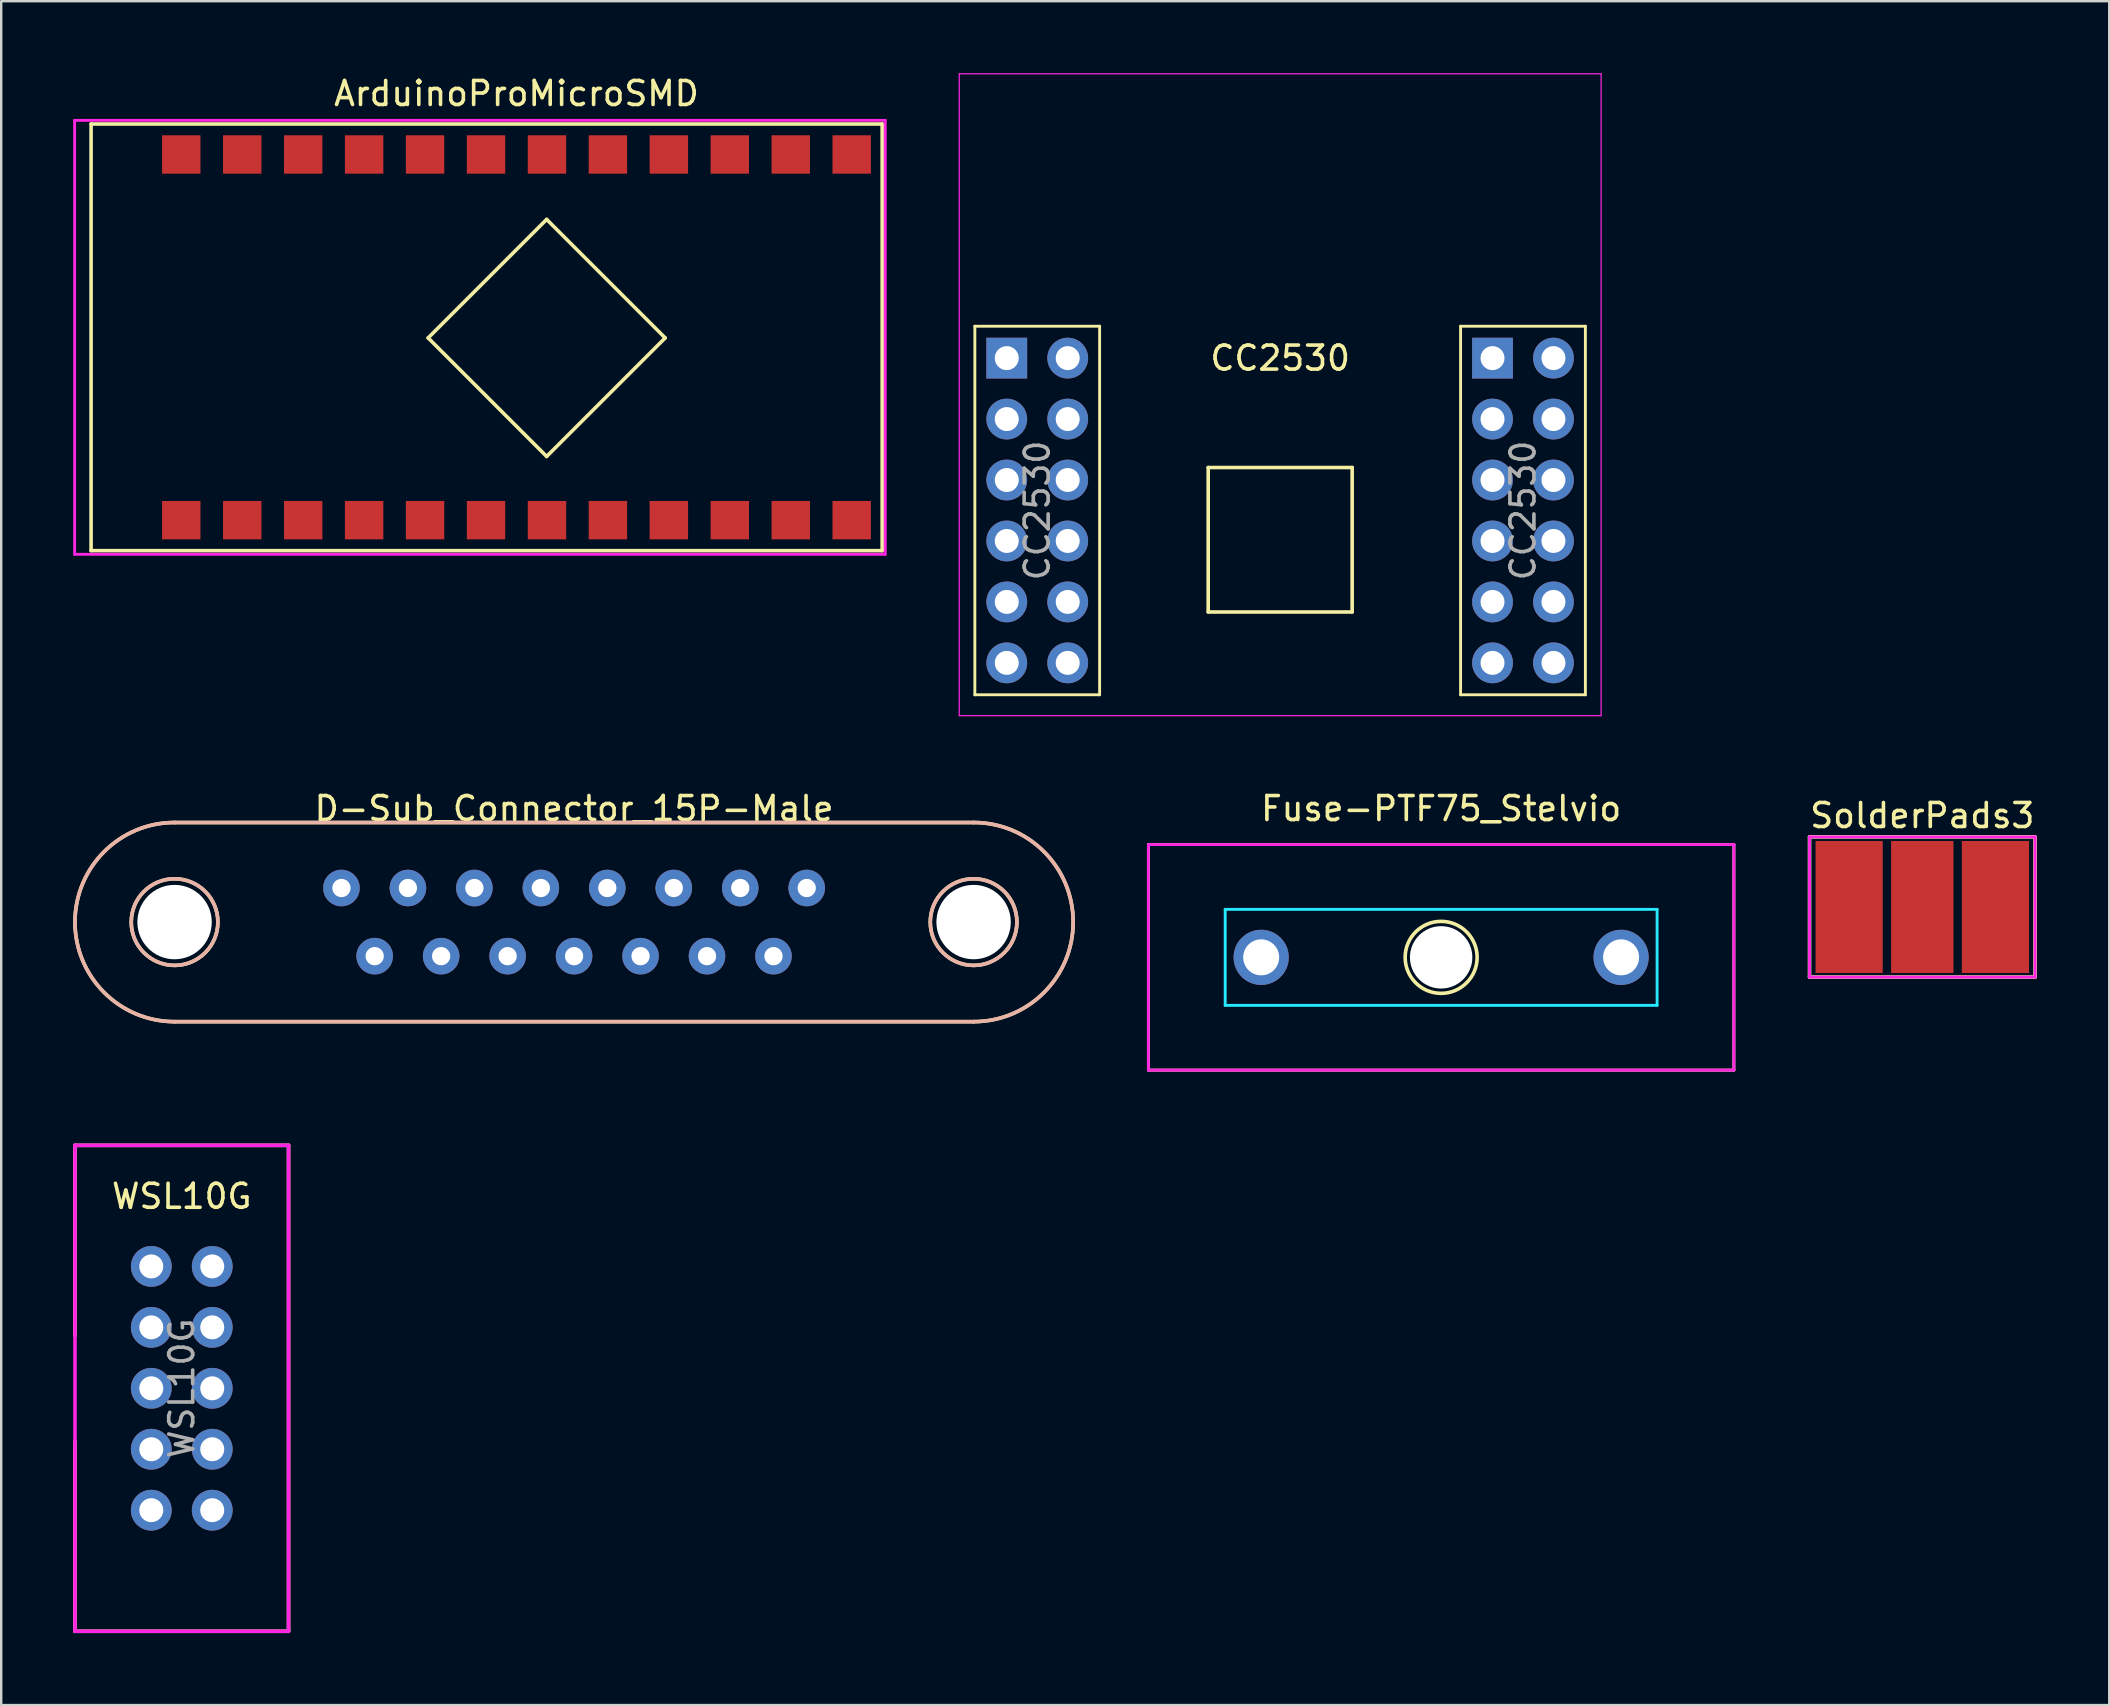
<source format=kicad_pcb>
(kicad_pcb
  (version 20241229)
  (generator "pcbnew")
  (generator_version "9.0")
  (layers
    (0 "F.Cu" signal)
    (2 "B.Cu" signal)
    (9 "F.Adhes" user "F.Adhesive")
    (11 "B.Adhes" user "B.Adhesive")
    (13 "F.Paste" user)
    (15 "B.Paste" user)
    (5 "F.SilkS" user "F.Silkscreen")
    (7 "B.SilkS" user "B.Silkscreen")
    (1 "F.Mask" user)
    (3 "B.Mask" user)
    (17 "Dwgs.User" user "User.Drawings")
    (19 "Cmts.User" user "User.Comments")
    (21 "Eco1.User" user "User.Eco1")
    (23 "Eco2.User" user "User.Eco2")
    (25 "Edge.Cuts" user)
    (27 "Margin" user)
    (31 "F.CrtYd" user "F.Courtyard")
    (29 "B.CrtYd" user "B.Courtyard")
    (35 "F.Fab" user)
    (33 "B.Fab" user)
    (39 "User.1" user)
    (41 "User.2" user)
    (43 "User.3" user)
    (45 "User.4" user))
  (footprint "ArduinoProMicroSMD"
    (layer "F.Cu")
    (at 18.475 11.008)
    (property "Reference" "ArduinoProMicroSMD" (at 0 -10.16 0) (layer "F.SilkS") (effects (font (size 1 1) (thickness 0.15))))
    (attr through_hole)
    (fp_line (start -17.729 -8.89) (end -17.729 8.89) (stroke (width 0.15) (type solid)) (layer "F.SilkS"))
    (fp_line (start -17.729 -8.89) (end 15.24 -8.89) (stroke (width 0.15) (type solid)) (layer "F.SilkS"))
    (fp_line (start -17.729 8.89) (end 15.24 8.89) (stroke (width 0.15) (type solid)) (layer "F.SilkS"))
    (fp_line (start -3.682 0.025) (end 1.257 -4.914) (stroke (width 0.15) (type solid)) (layer "F.SilkS"))
    (fp_line (start 1.257 -4.914) (end 6.196 0.025) (stroke (width 0.15) (type solid)) (layer "F.SilkS"))
    (fp_line (start 1.257 4.965) (end -3.682 0.025) (stroke (width 0.15) (type solid)) (layer "F.SilkS"))
    (fp_line (start 6.196 0.025) (end 1.257 4.965) (stroke (width 0.15) (type solid)) (layer "F.SilkS"))
    (fp_line (start 15.24 -8.89) (end 15.24 8.89) (stroke (width 0.15) (type solid)) (layer "F.SilkS"))
    (fp_line (start -18.415 -9.042) (end -18.415 9.043) (stroke (width 0.12) (type solid)) (layer "F.CrtYd"))
    (fp_line (start -18.415 9.043) (end 15.367 9.043) (stroke (width 0.12) (type solid)) (layer "F.CrtYd"))
    (fp_line (start 15.367 -9.042) (end -18.415 -9.042) (stroke (width 0.12) (type solid)) (layer "F.CrtYd"))
    (fp_line (start 15.367 9.043) (end 15.367 -9.042) (stroke (width 0.12) (type solid)) (layer "F.CrtYd"))
    (pad "1" smd rect (at -13.97 7.62) (size 1.6 1.6) (layers "F.Cu" "F.Mask" "F.Paste"))
    (pad "2" smd rect (at -11.43 7.62) (size 1.6 1.6) (layers "F.Cu" "F.Mask" "F.Paste"))
    (pad "3" smd rect (at -8.89 7.62) (size 1.6 1.6) (layers "F.Cu" "F.Mask" "F.Paste"))
    (pad "4" smd rect (at -6.35 7.62) (size 1.6 1.6) (layers "F.Cu" "F.Mask" "F.Paste"))
    (pad "5" smd rect (at -3.81 7.62) (size 1.6 1.6) (layers "F.Cu" "F.Mask" "F.Paste"))
    (pad "6" smd rect (at -1.27 7.62) (size 1.6 1.6) (layers "F.Cu" "F.Mask" "F.Paste"))
    (pad "7" smd rect (at 1.27 7.62) (size 1.6 1.6) (layers "F.Cu" "F.Mask" "F.Paste"))
    (pad "8" smd rect (at 3.81 7.62) (size 1.6 1.6) (layers "F.Cu" "F.Mask" "F.Paste"))
    (pad "9" smd rect (at 6.35 7.62) (size 1.6 1.6) (layers "F.Cu" "F.Mask" "F.Paste"))
    (pad "10" smd rect (at 8.89 7.62) (size 1.6 1.6) (layers "F.Cu" "F.Mask" "F.Paste"))
    (pad "11" smd rect (at 11.43 7.62) (size 1.6 1.6) (layers "F.Cu" "F.Mask" "F.Paste"))
    (pad "12" smd rect (at 13.97 7.62) (size 1.6 1.6) (layers "F.Cu" "F.Mask" "F.Paste"))
    (pad "13" smd rect (at 13.97 -7.62) (size 1.6 1.6) (layers "F.Cu" "F.Mask" "F.Paste"))
    (pad "14" smd rect (at 11.43 -7.62) (size 1.6 1.6) (layers "F.Cu" "F.Mask" "F.Paste"))
    (pad "15" smd rect (at 8.89 -7.62) (size 1.6 1.6) (layers "F.Cu" "F.Mask" "F.Paste"))
    (pad "16" smd rect (at 6.35 -7.62) (size 1.6 1.6) (layers "F.Cu" "F.Mask" "F.Paste"))
    (pad "17" smd rect (at 3.81 -7.62) (size 1.6 1.6) (layers "F.Cu" "F.Mask" "F.Paste"))
    (pad "18" smd rect (at 1.27 -7.62) (size 1.6 1.6) (layers "F.Cu" "F.Mask" "F.Paste"))
    (pad "19" smd rect (at -1.27 -7.62) (size 1.6 1.6) (layers "F.Cu" "F.Mask" "F.Paste"))
    (pad "20" smd rect (at -3.81 -7.62) (size 1.6 1.6) (layers "F.Cu" "F.Mask" "F.Paste"))
    (pad "21" smd rect (at -6.35 -7.62) (size 1.6 1.6) (layers "F.Cu" "F.Mask" "F.Paste"))
    (pad "22" smd rect (at -8.89 -7.62) (size 1.6 1.6) (layers "F.Cu" "F.Mask" "F.Paste"))
    (pad "23" smd rect (at -11.43 -7.62) (size 1.6 1.6) (layers "F.Cu" "F.Mask" "F.Paste"))
    (pad "24" smd rect (at -13.97 -7.62) (size 1.6 1.6) (layers "F.Cu" "F.Mask" "F.Paste")))
  (footprint "D-Sub_Connector_15P-Male"
    (layer "F.Cu")
    (at 20.875 30.148)
    (property "Reference" "D-Sub_Connector_15P-Male" (at 0 0.5 0) (layer "F.SilkS") (effects (font (size 1 1) (thickness 0.15))))
    (attr through_hole)
    (fp_line (start -16.65 1.08) (end 16.65 1.08) (stroke (width 0.15) (type solid)) (layer "F.SilkS"))
    (fp_line (start -16.65 9.38) (end 16.65 9.38) (stroke (width 0.15) (type solid)) (layer "F.SilkS"))
    (fp_arc (start -16.65018 9.38) (mid -20.80018 5.23) (end -16.65018 1.08) (stroke (width 0.15) (type solid)) (layer "F.SilkS"))
    (fp_arc (start 16.64982 1.08) (mid 20.79982 5.23) (end 16.64982 9.38) (stroke (width 0.15) (type solid)) (layer "F.SilkS"))
    (fp_circle (center -16.65 5.23) (end -15.675 6.749) (stroke (width 0.15) (type solid)) (fill no) (layer "F.SilkS"))
    (fp_circle (center 16.65 5.23) (end 17.625 6.749) (stroke (width 0.15) (type solid)) (fill no) (layer "F.SilkS"))
    (fp_line (start -16.65 1.08) (end 16.65 1.08) (stroke (width 0.15) (type solid)) (layer "B.SilkS"))
    (fp_line (start -16.65 9.38) (end 16.65 9.38) (stroke (width 0.15) (type solid)) (layer "B.SilkS"))
    (fp_arc (start -16.65018 9.38) (mid -20.80018 5.23) (end -16.65018 1.08) (stroke (width 0.15) (type solid)) (layer "B.SilkS"))
    (fp_arc (start 16.64982 1.08) (mid 20.79982 5.23) (end 16.64982 9.38) (stroke (width 0.15) (type solid)) (layer "B.SilkS"))
    (fp_circle (center -16.65 5.23) (end -14.845 5.23) (stroke (width 0.15) (type solid)) (fill no) (layer "B.SilkS"))
    (fp_circle (center 16.65 5.23) (end 18.455 5.23) (stroke (width 0.15) (type solid)) (fill no) (layer "B.SilkS"))
    (pad "" np_thru_hole circle (at -16.65 5.23) (size 3.1 3.1) (drill 3.1) (layers "*.Cu" "*.Mask"))
    (pad "" np_thru_hole circle (at 16.65 5.23) (size 3.1 3.1) (drill 3.1) (layers "*.Cu" "*.Mask"))
    (pad "1" thru_hole circle (at -9.695 3.81) (size 1.524 1.524) (drill 0.762) (layers "*.Cu" "*.Mask"))
    (pad "2" thru_hole circle (at -6.925 3.81) (size 1.524 1.524) (drill 0.762) (layers "*.Cu" "*.Mask"))
    (pad "3" thru_hole circle (at -4.155 3.81) (size 1.524 1.524) (drill 0.762) (layers "*.Cu" "*.Mask"))
    (pad "4" thru_hole circle (at -1.385 3.81) (size 1.524 1.524) (drill 0.762) (layers "*.Cu" "*.Mask"))
    (pad "5" thru_hole circle (at 1.385 3.81) (size 1.524 1.524) (drill 0.762) (layers "*.Cu" "*.Mask"))
    (pad "6" thru_hole circle (at 4.155 3.81) (size 1.524 1.524) (drill 0.762) (layers "*.Cu" "*.Mask"))
    (pad "7" thru_hole circle (at 6.925 3.81) (size 1.524 1.524) (drill 0.762) (layers "*.Cu" "*.Mask"))
    (pad "8" thru_hole circle (at 9.695 3.81) (size 1.524 1.524) (drill 0.762) (layers "*.Cu" "*.Mask"))
    (pad "9" thru_hole circle (at -8.31 6.65) (size 1.524 1.524) (drill 0.762) (layers "*.Cu" "*.Mask"))
    (pad "10" thru_hole circle (at -5.54 6.65) (size 1.524 1.524) (drill 0.762) (layers "*.Cu" "*.Mask"))
    (pad "11" thru_hole circle (at -2.77 6.65) (size 1.524 1.524) (drill 0.762) (layers "*.Cu" "*.Mask"))
    (pad "12" thru_hole circle (at -0.00018 6.65) (size 1.524 1.524) (drill 0.762) (layers "*.Cu" "*.Mask"))
    (pad "13" thru_hole circle (at 2.77 6.65) (size 1.524 1.524) (drill 0.762) (layers "*.Cu" "*.Mask"))
    (pad "14" thru_hole circle (at 5.54 6.65) (size 1.524 1.524) (drill 0.762) (layers "*.Cu" "*.Mask"))
    (pad "15" thru_hole circle (at 8.31 6.65) (size 1.524 1.524) (drill 0.762) (layers "*.Cu" "*.Mask")))
  (footprint "WSL10G"
    (layer "F.Cu")
    (at 4.525 54.808)
    (property "Reference" "WSL10G" (at 0 -8 0) (layer "F.SilkS") (effects (font (size 1 1) (thickness 0.15))))
    (attr through_hole)
    (fp_line (start -4.45 -10.125) (end -4.45 -2.2) (stroke (width 0.15) (type solid)) (layer "F.SilkS"))
    (fp_line (start -4.45 -10.125) (end 4.45 -10.125) (stroke (width 0.15) (type solid)) (layer "F.SilkS"))
    (fp_line (start -4.45 2.2) (end -4.45 10.125) (stroke (width 0.15) (type solid)) (layer "F.SilkS"))
    (fp_line (start 4.45 -10.125) (end 4.45 10.125) (stroke (width 0.15) (type solid)) (layer "F.SilkS"))
    (fp_line (start 4.45 10.125) (end -4.45 10.125) (stroke (width 0.15) (type solid)) (layer "F.SilkS"))
    (fp_line (start -4.45 -10.125) (end -4.45 10.125) (stroke (width 0.15) (type solid)) (layer "F.CrtYd"))
    (fp_line (start -4.45 -10.125) (end 4.45 -10.125) (stroke (width 0.15) (type solid)) (layer "F.CrtYd"))
    (fp_line (start 4.45 -10.125) (end 4.45 10.125) (stroke (width 0.15) (type solid)) (layer "F.CrtYd"))
    (fp_line (start 4.45 10.125) (end -4.45 10.125) (stroke (width 0.15) (type solid)) (layer "F.CrtYd"))
    (fp_text user "${REFERENCE}" (at 0 0 90) (layer "F.Fab") (effects (font (size 1 1) (thickness 0.15))))
    (pad "1" thru_hole circle (at -1.27 -5.08) (size 1.7 1.7) (drill 1) (layers "*.Cu" "*.Mask"))
    (pad "2" thru_hole oval (at 1.27 -5.08) (size 1.7 1.7) (drill 1) (layers "*.Cu" "*.Mask"))
    (pad "3" thru_hole oval (at -1.27 -2.54) (size 1.7 1.7) (drill 1) (layers "*.Cu" "*.Mask"))
    (pad "4" thru_hole oval (at 1.27 -2.54) (size 1.7 1.7) (drill 1) (layers "*.Cu" "*.Mask"))
    (pad "5" thru_hole oval (at -1.27 0) (size 1.7 1.7) (drill 1) (layers "*.Cu" "*.Mask"))
    (pad "6" thru_hole oval (at 1.27 0) (size 1.7 1.7) (drill 1) (layers "*.Cu" "*.Mask"))
    (pad "7" thru_hole oval (at -1.27 2.54) (size 1.7 1.7) (drill 1) (layers "*.Cu" "*.Mask"))
    (pad "8" thru_hole oval (at 1.27 2.54) (size 1.7 1.7) (drill 1) (layers "*.Cu" "*.Mask"))
    (pad "9" thru_hole oval (at -1.27 5.08) (size 1.7 1.7) (drill 1) (layers "*.Cu" "*.Mask"))
    (pad "10" thru_hole oval (at 1.27 5.08) (size 1.7 1.7) (drill 1) (layers "*.Cu" "*.Mask")))
  (footprint "CC2530"
    (layer "F.Cu")
    (at 50.302 11.875)
    (property "Reference" "CC2530" (at 0 0 0) (layer "F.SilkS") (effects (font (size 1 1) (thickness 0.15))))
    (attr through_hole)
    (fp_line (start -12.725 -1.33) (end -12.725 14.03) (stroke (width 0.12) (type solid)) (layer "F.SilkS"))
    (fp_line (start -12.725 -1.33) (end -7.525 -1.33) (stroke (width 0.12) (type solid)) (layer "F.SilkS"))
    (fp_line (start -12.725 14.03) (end -7.525 14.03) (stroke (width 0.12) (type solid)) (layer "F.SilkS"))
    (fp_line (start -7.525 -1.33) (end -7.525 14.03) (stroke (width 0.12) (type solid)) (layer "F.SilkS"))
    (fp_line (start -3 4.559) (end 3 4.559) (stroke (width 0.15) (type solid)) (layer "F.SilkS"))
    (fp_line (start -3 10.579) (end -3 4.559) (stroke (width 0.15) (type solid)) (layer "F.SilkS"))
    (fp_line (start 3 4.559) (end 3 10.579) (stroke (width 0.15) (type solid)) (layer "F.SilkS"))
    (fp_line (start 3 10.579) (end -3 10.579) (stroke (width 0.15) (type solid)) (layer "F.SilkS"))
    (fp_line (start 7.519 -1.33) (end 7.519 14.03) (stroke (width 0.12) (type solid)) (layer "F.SilkS"))
    (fp_line (start 7.519 -1.33) (end 12.719 -1.33) (stroke (width 0.12) (type solid)) (layer "F.SilkS"))
    (fp_line (start 7.519 14.03) (end 12.719 14.03) (stroke (width 0.12) (type solid)) (layer "F.SilkS"))
    (fp_line (start 12.719 -1.33) (end 12.719 14.03) (stroke (width 0.12) (type solid)) (layer "F.SilkS"))
    (fp_line (start -13.375 -11.85) (end -13.375 14.9) (stroke (width 0.05) (type solid)) (layer "F.CrtYd"))
    (fp_line (start -13.375 -11.85) (end 13.375 -11.85) (stroke (width 0.05) (type solid)) (layer "F.CrtYd"))
    (fp_line (start -13.375 14.9) (end 13.375 14.9) (stroke (width 0.05) (type solid)) (layer "F.CrtYd"))
    (fp_line (start 13.375 14.9) (end 13.375 -11.85) (stroke (width 0.05) (type solid)) (layer "F.CrtYd"))
    (fp_text user "${REFERENCE}" (at 10.119 6.35 90) (layer "F.Fab") (effects (font (size 1 1) (thickness 0.15))))
    (fp_text user "${REFERENCE}" (at -10.125 6.35 90) (layer "F.Fab") (effects (font (size 1 1) (thickness 0.15))))
    (pad "1" thru_hole rect (at -11.395 0) (size 1.7 1.7) (drill 1) (layers "*.Cu" "*.Mask"))
    (pad "2" thru_hole oval (at -8.855 0) (size 1.7 1.7) (drill 1) (layers "*.Cu" "*.Mask"))
    (pad "3" thru_hole oval (at -11.395 2.54) (size 1.7 1.7) (drill 1) (layers "*.Cu" "*.Mask"))
    (pad "4" thru_hole oval (at -8.855 2.54) (size 1.7 1.7) (drill 1) (layers "*.Cu" "*.Mask"))
    (pad "5" thru_hole oval (at -11.395 5.08) (size 1.7 1.7) (drill 1) (layers "*.Cu" "*.Mask"))
    (pad "6" thru_hole oval (at -8.855 5.08) (size 1.7 1.7) (drill 1) (layers "*.Cu" "*.Mask"))
    (pad "7" thru_hole oval (at -11.395 7.62) (size 1.7 1.7) (drill 1) (layers "*.Cu" "*.Mask"))
    (pad "8" thru_hole oval (at -8.855 7.62) (size 1.7 1.7) (drill 1) (layers "*.Cu" "*.Mask"))
    (pad "9" thru_hole oval (at -11.395 10.16) (size 1.7 1.7) (drill 1) (layers "*.Cu" "*.Mask"))
    (pad "10" thru_hole oval (at -8.855 10.16) (size 1.7 1.7) (drill 1) (layers "*.Cu" "*.Mask"))
    (pad "11" thru_hole oval (at -11.395 12.7) (size 1.7 1.7) (drill 1) (layers "*.Cu" "*.Mask"))
    (pad "12" thru_hole oval (at -8.855 12.7) (size 1.7 1.7) (drill 1) (layers "*.Cu" "*.Mask"))
    (pad "13" thru_hole rect (at 8.849 0) (size 1.7 1.7) (drill 1) (layers "*.Cu" "*.Mask"))
    (pad "14" thru_hole oval (at 11.389 0) (size 1.7 1.7) (drill 1) (layers "*.Cu" "*.Mask"))
    (pad "15" thru_hole oval (at 8.849 2.54) (size 1.7 1.7) (drill 1) (layers "*.Cu" "*.Mask"))
    (pad "16" thru_hole oval (at 11.389 2.54) (size 1.7 1.7) (drill 1) (layers "*.Cu" "*.Mask"))
    (pad "17" thru_hole oval (at 8.849 5.08) (size 1.7 1.7) (drill 1) (layers "*.Cu" "*.Mask"))
    (pad "18" thru_hole oval (at 11.389 5.08) (size 1.7 1.7) (drill 1) (layers "*.Cu" "*.Mask"))
    (pad "19" thru_hole oval (at 8.849 7.62) (size 1.7 1.7) (drill 1) (layers "*.Cu" "*.Mask"))
    (pad "20" thru_hole oval (at 11.389 7.62) (size 1.7 1.7) (drill 1) (layers "*.Cu" "*.Mask"))
    (pad "21" thru_hole oval (at 8.849 10.16) (size 1.7 1.7) (drill 1) (layers "*.Cu" "*.Mask"))
    (pad "22" thru_hole oval (at 11.389 10.16) (size 1.7 1.7) (drill 1) (layers "*.Cu" "*.Mask"))
    (pad "23" thru_hole oval (at 8.849 12.7) (size 1.7 1.7) (drill 1) (layers "*.Cu" "*.Mask"))
    (pad "24" thru_hole oval (at 11.389 12.7) (size 1.7 1.7) (drill 1) (layers "*.Cu" "*.Mask")))
  (footprint "SolderPads3"
    (layer "F.Cu")
    (at 77.062 30.05)
    (property "Reference" "SolderPads3" (at 0 0.889 0) (layer "F.SilkS") (effects (font (size 1 1) (thickness 0.15))))
    (attr smd)
    (fp_line (start -4.699 1.778) (end 4.699 1.778) (stroke (width 0.15) (type solid)) (layer "F.SilkS"))
    (fp_line (start -4.699 7.62) (end -4.699 1.778) (stroke (width 0.15) (type solid)) (layer "F.SilkS"))
    (fp_line (start 4.699 1.778) (end 4.699 7.62) (stroke (width 0.15) (type solid)) (layer "F.SilkS"))
    (fp_line (start 4.699 7.62) (end -4.699 7.62) (stroke (width 0.15) (type solid)) (layer "F.SilkS"))
    (fp_line (start -4.699 1.778) (end 4.699 1.778) (stroke (width 0.12) (type solid)) (layer "F.CrtYd"))
    (fp_line (start -4.699 7.62) (end -4.699 1.778) (stroke (width 0.12) (type solid)) (layer "F.CrtYd"))
    (fp_line (start 4.699 1.778) (end 4.699 7.62) (stroke (width 0.12) (type solid)) (layer "F.CrtYd"))
    (fp_line (start 4.699 7.62) (end -4.699 7.62) (stroke (width 0.12) (type solid)) (layer "F.CrtYd"))
    (pad "1" smd rect (at -3.048 4.699) (size 2.8 5.5) (layers "F.Cu" "F.Mask" "F.Paste"))
    (pad "2" smd rect (at 0 4.699) (size 2.6 5.5) (layers "F.Cu" "F.Mask" "F.Paste"))
    (pad "3" smd rect (at 3.048 4.699) (size 2.8 5.5) (layers "F.Cu" "F.Mask" "F.Paste")))
  (footprint "Fuse-PTF75_Stelvio"
    (layer "F.Cu")
    (at 57.01 32.148)
    (property "Reference" "Fuse-PTF75_Stelvio" (at 0 -1.5 0) (layer "F.SilkS") (effects (font (size 1 1) (thickness 0.15))))
    (attr through_hole)
    (fp_line (start -12.2 0) (end -12.2 9.4) (stroke (width 0.12) (type solid)) (layer "F.SilkS"))
    (fp_line (start -12.2 0) (end 12.2 0) (stroke (width 0.12) (type solid)) (layer "F.SilkS"))
    (fp_line (start -12.2 9.4) (end 12.2 9.4) (stroke (width 0.12) (type solid)) (layer "F.SilkS"))
    (fp_line (start 12.2 0) (end 12.2 9.4) (stroke (width 0.12) (type solid)) (layer "F.SilkS"))
    (fp_arc (start 0 3.2) (mid 0 6.2) (end 0 3.2) (stroke (width 0.15) (type solid)) (layer "F.SilkS"))
    (fp_line (start -9 2.7) (end -9 6.7) (stroke (width 0.12) (type solid)) (layer "B.CrtYd"))
    (fp_line (start -9 2.7) (end 9 2.7) (stroke (width 0.12) (type solid)) (layer "B.CrtYd"))
    (fp_line (start -9 6.7) (end 9 6.7) (stroke (width 0.12) (type solid)) (layer "B.CrtYd"))
    (fp_line (start 9 2.7) (end 9 6.7) (stroke (width 0.12) (type solid)) (layer "B.CrtYd"))
    (fp_line (start -12.2 0) (end -12.2 9.4) (stroke (width 0.12) (type solid)) (layer "F.CrtYd"))
    (fp_line (start -12.2 0) (end 12.2 0) (stroke (width 0.12) (type solid)) (layer "F.CrtYd"))
    (fp_line (start -12.2 9.4) (end 12.2 9.4) (stroke (width 0.12) (type solid)) (layer "F.CrtYd"))
    (fp_line (start 12.2 0) (end 12.2 9.4) (stroke (width 0.12) (type solid)) (layer "F.CrtYd"))
    (pad "" np_thru_hole circle (at 0 4.7) (size 2.6 2.6) (drill 2.6) (layers "*.Cu" "*.Mask"))
    (pad "1" thru_hole circle (at -7.5 4.7) (size 2.3 2.3) (drill 1.5) (layers "*.Cu" "*.Mask"))
    (pad "2" thru_hole circle (at 7.5 4.7) (size 2.3 2.3) (drill 1.5) (layers "*.Cu" "*.Mask")))
  (gr_rect
    (start -3 -3)
    (end 84.853 68.008)
    (stroke (width 0.1) (type default))
    (fill no)
    (layer "Edge.Cuts")))
</source>
